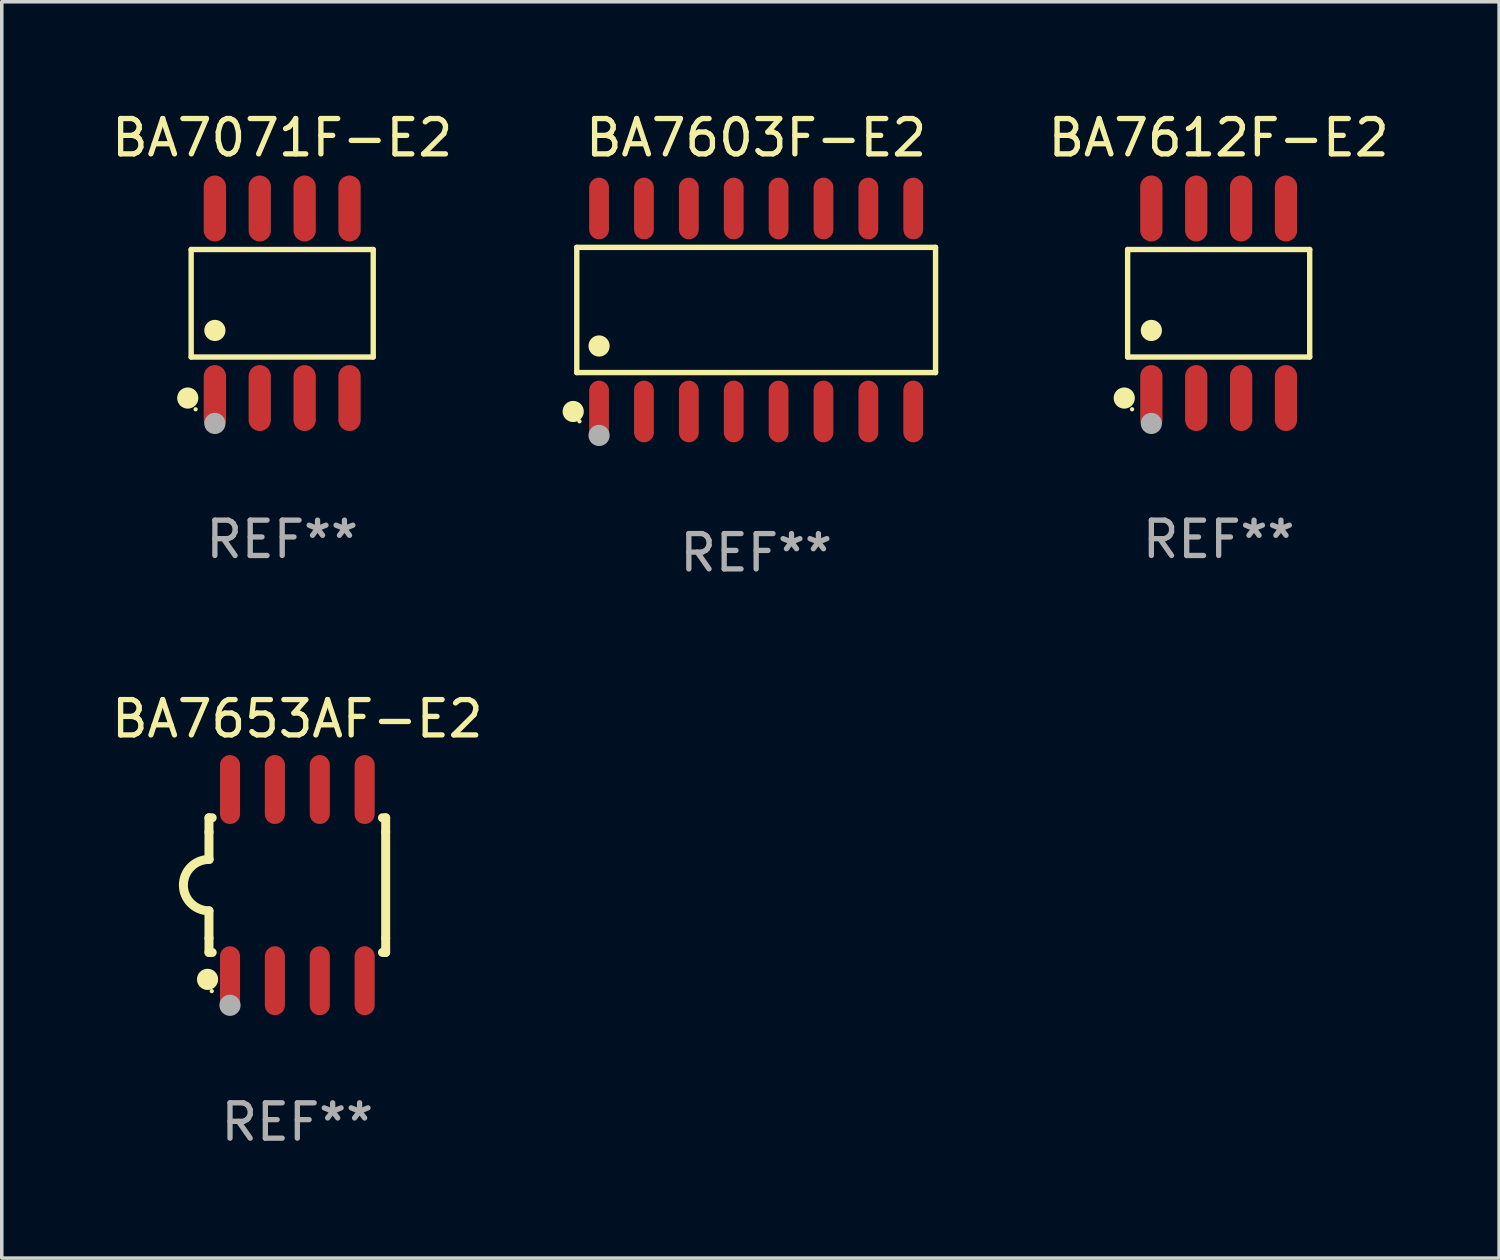
<source format=kicad_pcb>
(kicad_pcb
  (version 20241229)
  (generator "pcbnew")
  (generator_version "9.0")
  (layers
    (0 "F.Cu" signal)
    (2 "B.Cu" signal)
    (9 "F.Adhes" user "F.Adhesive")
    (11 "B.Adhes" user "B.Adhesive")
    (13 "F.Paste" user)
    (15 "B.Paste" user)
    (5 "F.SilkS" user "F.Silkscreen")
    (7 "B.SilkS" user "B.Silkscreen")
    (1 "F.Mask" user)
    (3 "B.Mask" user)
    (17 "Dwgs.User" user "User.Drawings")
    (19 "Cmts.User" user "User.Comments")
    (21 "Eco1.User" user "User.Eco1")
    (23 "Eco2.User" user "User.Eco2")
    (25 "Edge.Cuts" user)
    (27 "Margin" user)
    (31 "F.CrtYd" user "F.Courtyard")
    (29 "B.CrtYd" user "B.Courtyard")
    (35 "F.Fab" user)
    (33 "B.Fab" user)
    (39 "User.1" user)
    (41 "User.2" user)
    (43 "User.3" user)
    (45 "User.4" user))
  (footprint "BA7653AF-E2"
    (layer "F.Cu")
    (at 5.363 21.995)
    (property "Reference" "BA7653AF-E2" (at 0 -4.705 0) (layer "F.SilkS") (effects (font (size 1 1) (thickness 0.15))))
    (attr through_hole)
    (fp_line (start -2.5 -1.905) (end -2.409 -1.905) (stroke (width 0.254) (type solid)) (layer "F.SilkS"))
    (fp_line (start -2.5 -1.5) (end -2.5 -1.905) (stroke (width 0.254) (type solid)) (layer "F.SilkS"))
    (fp_line (start -2.5 -1.5) (end -2.5 -0.726) (stroke (width 0.254) (type solid)) (layer "F.SilkS"))
    (fp_line (start -2.5 1.5) (end -2.5 0.727) (stroke (width 0.254) (type solid)) (layer "F.SilkS"))
    (fp_line (start -2.5 1.5) (end -2.5 1.905) (stroke (width 0.254) (type solid)) (layer "F.SilkS"))
    (fp_line (start -2.5 1.905) (end -2.409 1.905) (stroke (width 0.254) (type solid)) (layer "F.SilkS"))
    (fp_line (start 2.5 -1.905) (end 2.409 -1.905) (stroke (width 0.254) (type solid)) (layer "F.SilkS"))
    (fp_line (start 2.5 -1.5) (end 2.5 -1.905) (stroke (width 0.254) (type solid)) (layer "F.SilkS"))
    (fp_line (start 2.5 -1.5) (end 2.5 1.5) (stroke (width 0.254) (type solid)) (layer "F.SilkS"))
    (fp_line (start 2.5 1.5) (end 2.5 1.905) (stroke (width 0.254) (type solid)) (layer "F.SilkS"))
    (fp_line (start 2.5 1.905) (end 2.409 1.905) (stroke (width 0.254) (type solid)) (layer "F.SilkS"))
    (fp_arc (start -2.5 0.726568) (mid -3.220316 -0.0023) (end -2.495097 -0.726289) (stroke (width 0.254001) (type solid)) (layer "F.SilkS"))
    (fp_circle (center -2.54 2.667) (end -2.39 2.667) (stroke (width 0.3) (type solid)) (fill no) (layer "F.SilkS"))
    (fp_circle (center -2.42 3) (end -2.39 3) (stroke (width 0.06) (type solid)) (fill no) (layer "F.SilkS"))
    (fp_circle (center -1.905 3.4) (end -1.755 3.4) (stroke (width 0.3) (type solid)) (fill no) (layer "F.Fab"))
    (fp_text user "REF**" (at 0 6.705 0) (layer "F.Fab") (effects (font (size 1 1) (thickness 0.15))))
    (pad "1" smd oval (at -1.905 2.705) (size 0.568 1.95) (layers "F.Cu" "F.Mask" "F.Paste"))
    (pad "2" smd oval (at -0.635 2.705) (size 0.568 1.95) (layers "F.Cu" "F.Mask" "F.Paste"))
    (pad "3" smd oval (at 0.635 2.705) (size 0.568 1.95) (layers "F.Cu" "F.Mask" "F.Paste"))
    (pad "4" smd oval (at 1.905 2.705) (size 0.568 1.95) (layers "F.Cu" "F.Mask" "F.Paste"))
    (pad "5" smd oval (at 1.905 -2.705) (size 0.568 1.95) (layers "F.Cu" "F.Mask" "F.Paste"))
    (pad "6" smd oval (at 0.635 -2.705) (size 0.568 1.95) (layers "F.Cu" "F.Mask" "F.Paste"))
    (pad "7" smd oval (at -0.635 -2.705) (size 0.568 1.95) (layers "F.Cu" "F.Mask" "F.Paste"))
    (pad "8" smd oval (at -1.905 -2.705) (size 0.568 1.95) (layers "F.Cu" "F.Mask" "F.Paste")))
  (footprint "BA7612F-E2"
    (layer "F.Cu")
    (at 31.433 5.531)
    (property "Reference" "BA7612F-E2" (at 0 -4.682 0) (layer "F.SilkS") (effects (font (size 1 1) (thickness 0.15))))
    (attr through_hole)
    (fp_line (start -2.576 -1.521) (end 2.576 -1.521) (stroke (width 0.152) (type solid)) (layer "F.SilkS"))
    (fp_line (start -2.576 1.521) (end -2.576 -1.521) (stroke (width 0.152) (type solid)) (layer "F.SilkS"))
    (fp_line (start 2.576 -1.521) (end 2.576 1.521) (stroke (width 0.152) (type solid)) (layer "F.SilkS"))
    (fp_line (start 2.576 1.521) (end -2.576 1.521) (stroke (width 0.152) (type solid)) (layer "F.SilkS"))
    (fp_circle (center -2.672 2.682) (end -2.522 2.682) (stroke (width 0.3) (type solid)) (fill no) (layer "F.SilkS"))
    (fp_circle (center -2.45 3) (end -2.42 3) (stroke (width 0.06) (type solid)) (fill no) (layer "F.SilkS"))
    (fp_circle (center -1.905 0.769) (end -1.755 0.769) (stroke (width 0.3) (type solid)) (fill no) (layer "F.SilkS"))
    (fp_circle (center -1.905 3.4) (end -1.755 3.4) (stroke (width 0.3) (type solid)) (fill no) (layer "F.Fab"))
    (fp_text user "REF**" (at 0 6.682 0) (layer "F.Fab") (effects (font (size 1 1) (thickness 0.15))))
    (pad "1" smd oval (at -1.905 2.682) (size 0.63 1.865) (layers "F.Cu" "F.Mask" "F.Paste"))
    (pad "2" smd oval (at -0.635 2.682) (size 0.63 1.865) (layers "F.Cu" "F.Mask" "F.Paste"))
    (pad "3" smd oval (at 0.635 2.682) (size 0.63 1.865) (layers "F.Cu" "F.Mask" "F.Paste"))
    (pad "4" smd oval (at 1.905 2.682) (size 0.63 1.865) (layers "F.Cu" "F.Mask" "F.Paste"))
    (pad "5" smd oval (at 1.905 -2.682) (size 0.63 1.865) (layers "F.Cu" "F.Mask" "F.Paste"))
    (pad "6" smd oval (at 0.635 -2.682) (size 0.63 1.865) (layers "F.Cu" "F.Mask" "F.Paste"))
    (pad "7" smd oval (at -0.635 -2.682) (size 0.63 1.865) (layers "F.Cu" "F.Mask" "F.Paste"))
    (pad "8" smd oval (at -1.905 -2.682) (size 0.63 1.865) (layers "F.Cu" "F.Mask" "F.Paste")))
  (footprint "BA7603F-E2"
    (layer "F.Cu")
    (at 18.346 5.721)
    (property "Reference" "BA7603F-E2" (at 0 -4.872 0) (layer "F.SilkS") (effects (font (size 1 1) (thickness 0.15))))
    (attr through_hole)
    (fp_line (start -5.076 -1.771) (end 5.076 -1.771) (stroke (width 0.152) (type solid)) (layer "F.SilkS"))
    (fp_line (start -5.076 1.771) (end -5.076 -1.771) (stroke (width 0.152) (type solid)) (layer "F.SilkS"))
    (fp_line (start 5.076 -1.771) (end 5.076 1.771) (stroke (width 0.152) (type solid)) (layer "F.SilkS"))
    (fp_line (start 5.076 1.771) (end -5.076 1.771) (stroke (width 0.152) (type solid)) (layer "F.SilkS"))
    (fp_circle (center -5.177 2.872) (end -5.027 2.872) (stroke (width 0.3) (type solid)) (fill no) (layer "F.SilkS"))
    (fp_circle (center -5 3.15) (end -4.97 3.15) (stroke (width 0.06) (type solid)) (fill no) (layer "F.SilkS"))
    (fp_circle (center -4.445 1.019) (end -4.295 1.019) (stroke (width 0.3) (type solid)) (fill no) (layer "F.SilkS"))
    (fp_circle (center -4.445 3.55) (end -4.295 3.55) (stroke (width 0.3) (type solid)) (fill no) (layer "F.Fab"))
    (fp_text user "REF**" (at 0 6.872 0) (layer "F.Fab") (effects (font (size 1 1) (thickness 0.15))))
    (pad "1" smd oval (at -4.445 2.872) (size 0.56 1.745) (layers "F.Cu" "F.Mask" "F.Paste"))
    (pad "2" smd oval (at -3.175 2.872) (size 0.56 1.745) (layers "F.Cu" "F.Mask" "F.Paste"))
    (pad "3" smd oval (at -1.905 2.872) (size 0.56 1.745) (layers "F.Cu" "F.Mask" "F.Paste"))
    (pad "4" smd oval (at -0.635 2.872) (size 0.56 1.745) (layers "F.Cu" "F.Mask" "F.Paste"))
    (pad "5" smd oval (at 0.635 2.872) (size 0.56 1.745) (layers "F.Cu" "F.Mask" "F.Paste"))
    (pad "6" smd oval (at 1.905 2.872) (size 0.56 1.745) (layers "F.Cu" "F.Mask" "F.Paste"))
    (pad "7" smd oval (at 3.175 2.872) (size 0.56 1.745) (layers "F.Cu" "F.Mask" "F.Paste"))
    (pad "8" smd oval (at 4.445 2.872) (size 0.56 1.745) (layers "F.Cu" "F.Mask" "F.Paste"))
    (pad "9" smd oval (at 4.445 -2.872) (size 0.56 1.745) (layers "F.Cu" "F.Mask" "F.Paste"))
    (pad "10" smd oval (at 3.175 -2.872) (size 0.56 1.745) (layers "F.Cu" "F.Mask" "F.Paste"))
    (pad "11" smd oval (at 1.905 -2.872) (size 0.56 1.745) (layers "F.Cu" "F.Mask" "F.Paste"))
    (pad "12" smd oval (at 0.635 -2.872) (size 0.56 1.745) (layers "F.Cu" "F.Mask" "F.Paste"))
    (pad "13" smd oval (at -0.635 -2.872) (size 0.56 1.745) (layers "F.Cu" "F.Mask" "F.Paste"))
    (pad "14" smd oval (at -1.905 -2.872) (size 0.56 1.745) (layers "F.Cu" "F.Mask" "F.Paste"))
    (pad "15" smd oval (at -3.175 -2.872) (size 0.56 1.745) (layers "F.Cu" "F.Mask" "F.Paste"))
    (pad "16" smd oval (at -4.445 -2.872) (size 0.56 1.745) (layers "F.Cu" "F.Mask" "F.Paste")))
  (footprint "BA7071F-E2"
    (layer "F.Cu")
    (at 4.935 5.531)
    (property "Reference" "BA7071F-E2" (at 0 -4.682 0) (layer "F.SilkS") (effects (font (size 1 1) (thickness 0.15))))
    (attr through_hole)
    (fp_line (start -2.576 -1.521) (end 2.576 -1.521) (stroke (width 0.152) (type solid)) (layer "F.SilkS"))
    (fp_line (start -2.576 1.521) (end -2.576 -1.521) (stroke (width 0.152) (type solid)) (layer "F.SilkS"))
    (fp_line (start 2.576 -1.521) (end 2.576 1.521) (stroke (width 0.152) (type solid)) (layer "F.SilkS"))
    (fp_line (start 2.576 1.521) (end -2.576 1.521) (stroke (width 0.152) (type solid)) (layer "F.SilkS"))
    (fp_circle (center -2.672 2.682) (end -2.522 2.682) (stroke (width 0.3) (type solid)) (fill no) (layer "F.SilkS"))
    (fp_circle (center -2.45 3) (end -2.42 3) (stroke (width 0.06) (type solid)) (fill no) (layer "F.SilkS"))
    (fp_circle (center -1.905 0.769) (end -1.755 0.769) (stroke (width 0.3) (type solid)) (fill no) (layer "F.SilkS"))
    (fp_circle (center -1.905 3.4) (end -1.755 3.4) (stroke (width 0.3) (type solid)) (fill no) (layer "F.Fab"))
    (fp_text user "REF**" (at 0 6.682 0) (layer "F.Fab") (effects (font (size 1 1) (thickness 0.15))))
    (pad "1" smd oval (at -1.905 2.682) (size 0.63 1.865) (layers "F.Cu" "F.Mask" "F.Paste"))
    (pad "2" smd oval (at -0.635 2.682) (size 0.63 1.865) (layers "F.Cu" "F.Mask" "F.Paste"))
    (pad "3" smd oval (at 0.635 2.682) (size 0.63 1.865) (layers "F.Cu" "F.Mask" "F.Paste"))
    (pad "4" smd oval (at 1.905 2.682) (size 0.63 1.865) (layers "F.Cu" "F.Mask" "F.Paste"))
    (pad "5" smd oval (at 1.905 -2.682) (size 0.63 1.865) (layers "F.Cu" "F.Mask" "F.Paste"))
    (pad "6" smd oval (at 0.635 -2.682) (size 0.63 1.865) (layers "F.Cu" "F.Mask" "F.Paste"))
    (pad "7" smd oval (at -0.635 -2.682) (size 0.63 1.865) (layers "F.Cu" "F.Mask" "F.Paste"))
    (pad "8" smd oval (at -1.905 -2.682) (size 0.63 1.865) (layers "F.Cu" "F.Mask" "F.Paste")))
  (gr_rect
    (start -3 -3)
    (end 39.368 32.548)
    (stroke (width 0.1) (type default))
    (fill no)
    (layer "Edge.Cuts")))
</source>
